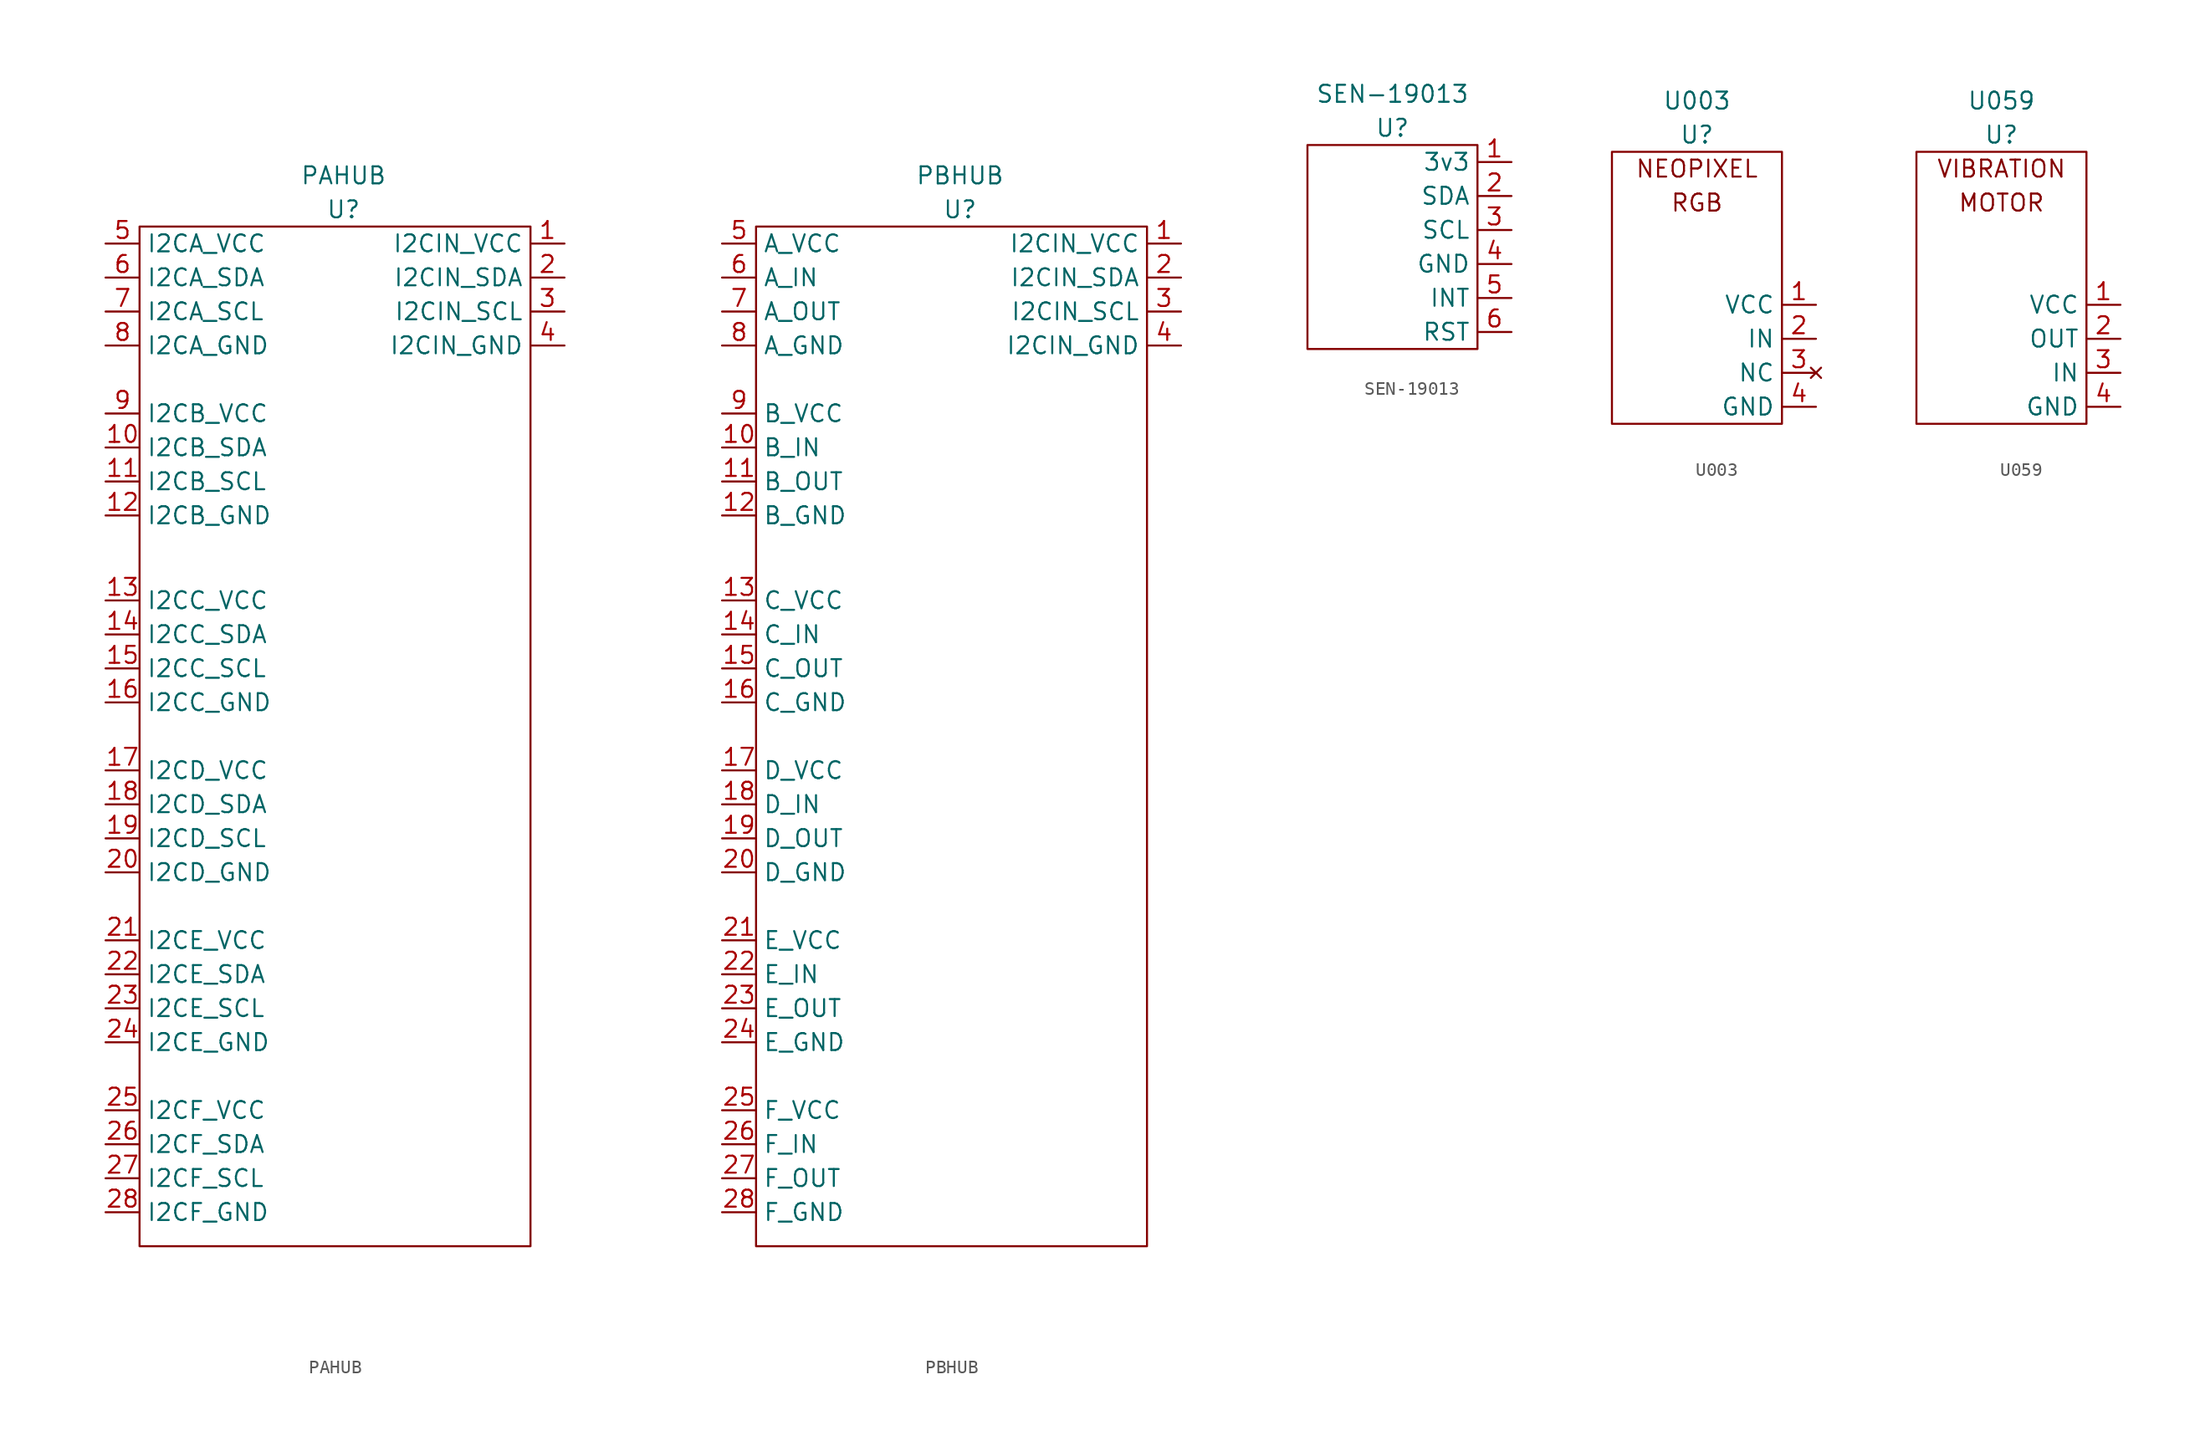
<source format=kicad_sym>
(kicad_symbol_lib
  (version 20211014)
  (generator kicad_symbol_editor)
  (symbol "PAHUB"
    (property "Reference" "U"
      (at 0 0 0)
      (effects (font (size 1.27 1.27))))
    (property "Value" "PAHUB"
      (at 0 2.54 0)
      (effects (font (size 1.27 1.27))))
    (symbol "PAHUB_0_0"
      (rectangle (start -15.24 -1.27) (end 13.97 -77.47) (stroke (width 0) (type default) (color 0 0 0 0)) (fill (type none))))
    (symbol "PAHUB_1_1"
      (pin input line (at 16.51 -2.54 180) (length 2.54) (name "I2CIN_VCC" (effects (font (size 1.27 1.27)))) (number "1" (effects (font (size 1.27 1.27)))))
      (pin output line (at -17.78 -17.78 0) (length 2.54) (name "I2CB_SDA" (effects (font (size 1.27 1.27)))) (number "10" (effects (font (size 1.27 1.27)))))
      (pin output line (at -17.78 -20.32 0) (length 2.54) (name "I2CB_SCL" (effects (font (size 1.27 1.27)))) (number "11" (effects (font (size 1.27 1.27)))))
      (pin output line (at -17.78 -22.86 0) (length 2.54) (name "I2CB_GND" (effects (font (size 1.27 1.27)))) (number "12" (effects (font (size 1.27 1.27)))))
      (pin output line (at -17.78 -29.21 0) (length 2.54) (name "I2CC_VCC" (effects (font (size 1.27 1.27)))) (number "13" (effects (font (size 1.27 1.27)))))
      (pin output line (at -17.78 -31.75 0) (length 2.54) (name "I2CC_SDA" (effects (font (size 1.27 1.27)))) (number "14" (effects (font (size 1.27 1.27)))))
      (pin output line (at -17.78 -34.29 0) (length 2.54) (name "I2CC_SCL" (effects (font (size 1.27 1.27)))) (number "15" (effects (font (size 1.27 1.27)))))
      (pin output line (at -17.78 -36.83 0) (length 2.54) (name "I2CC_GND" (effects (font (size 1.27 1.27)))) (number "16" (effects (font (size 1.27 1.27)))))
      (pin output line (at -17.78 -41.91 0) (length 2.54) (name "I2CD_VCC" (effects (font (size 1.27 1.27)))) (number "17" (effects (font (size 1.27 1.27)))))
      (pin output line (at -17.78 -44.45 0) (length 2.54) (name "I2CD_SDA" (effects (font (size 1.27 1.27)))) (number "18" (effects (font (size 1.27 1.27)))))
      (pin output line (at -17.78 -46.99 0) (length 2.54) (name "I2CD_SCL" (effects (font (size 1.27 1.27)))) (number "19" (effects (font (size 1.27 1.27)))))
      (pin input line (at 16.51 -5.08 180) (length 2.54) (name "I2CIN_SDA" (effects (font (size 1.27 1.27)))) (number "2" (effects (font (size 1.27 1.27)))))
      (pin output line (at -17.78 -49.53 0) (length 2.54) (name "I2CD_GND" (effects (font (size 1.27 1.27)))) (number "20" (effects (font (size 1.27 1.27)))))
      (pin output line (at -17.78 -54.61 0) (length 2.54) (name "I2CE_VCC" (effects (font (size 1.27 1.27)))) (number "21" (effects (font (size 1.27 1.27)))))
      (pin output line (at -17.78 -57.15 0) (length 2.54) (name "I2CE_SDA" (effects (font (size 1.27 1.27)))) (number "22" (effects (font (size 1.27 1.27)))))
      (pin output line (at -17.78 -59.69 0) (length 2.54) (name "I2CE_SCL" (effects (font (size 1.27 1.27)))) (number "23" (effects (font (size 1.27 1.27)))))
      (pin output line (at -17.78 -62.23 0) (length 2.54) (name "I2CE_GND" (effects (font (size 1.27 1.27)))) (number "24" (effects (font (size 1.27 1.27)))))
      (pin output line (at -17.78 -67.31 0) (length 2.54) (name "I2CF_VCC" (effects (font (size 1.27 1.27)))) (number "25" (effects (font (size 1.27 1.27)))))
      (pin output line (at -17.78 -69.85 0) (length 2.54) (name "I2CF_SDA" (effects (font (size 1.27 1.27)))) (number "26" (effects (font (size 1.27 1.27)))))
      (pin output line (at -17.78 -72.39 0) (length 2.54) (name "I2CF_SCL" (effects (font (size 1.27 1.27)))) (number "27" (effects (font (size 1.27 1.27)))))
      (pin output line (at -17.78 -74.93 0) (length 2.54) (name "I2CF_GND" (effects (font (size 1.27 1.27)))) (number "28" (effects (font (size 1.27 1.27)))))
      (pin input line (at 16.51 -7.62 180) (length 2.54) (name "I2CIN_SCL" (effects (font (size 1.27 1.27)))) (number "3" (effects (font (size 1.27 1.27)))))
      (pin input line (at 16.51 -10.16 180) (length 2.54) (name "I2CIN_GND" (effects (font (size 1.27 1.27)))) (number "4" (effects (font (size 1.27 1.27)))))
      (pin output line (at -17.78 -2.54 0) (length 2.54) (name "I2CA_VCC" (effects (font (size 1.27 1.27)))) (number "5" (effects (font (size 1.27 1.27)))))
      (pin output line (at -17.78 -5.08 0) (length 2.54) (name "I2CA_SDA" (effects (font (size 1.27 1.27)))) (number "6" (effects (font (size 1.27 1.27)))))
      (pin output line (at -17.78 -7.62 0) (length 2.54) (name "I2CA_SCL" (effects (font (size 1.27 1.27)))) (number "7" (effects (font (size 1.27 1.27)))))
      (pin output line (at -17.78 -10.16 0) (length 2.54) (name "I2CA_GND" (effects (font (size 1.27 1.27)))) (number "8" (effects (font (size 1.27 1.27)))))
      (pin output line (at -17.78 -15.24 0) (length 2.54) (name "I2CB_VCC" (effects (font (size 1.27 1.27)))) (number "9" (effects (font (size 1.27 1.27)))))))
  (symbol "PBHUB"
    (property "Reference" "U"
      (at 0 0 0)
      (effects (font (size 1.27 1.27))))
    (property "Value" "PBHUB"
      (at 0 2.54 0)
      (effects (font (size 1.27 1.27))))
    (symbol "PBHUB_0_0"
      (rectangle (start -15.24 -1.27) (end 13.97 -77.47) (stroke (width 0) (type default) (color 0 0 0 0)) (fill (type none))))
    (symbol "PBHUB_1_1"
      (pin input line (at 16.51 -2.54 180) (length 2.54) (name "I2CIN_VCC" (effects (font (size 1.27 1.27)))) (number "1" (effects (font (size 1.27 1.27)))))
      (pin output line (at -17.78 -17.78 0) (length 2.54) (name "B_IN" (effects (font (size 1.27 1.27)))) (number "10" (effects (font (size 1.27 1.27)))))
      (pin output line (at -17.78 -20.32 0) (length 2.54) (name "B_OUT" (effects (font (size 1.27 1.27)))) (number "11" (effects (font (size 1.27 1.27)))))
      (pin output line (at -17.78 -22.86 0) (length 2.54) (name "B_GND" (effects (font (size 1.27 1.27)))) (number "12" (effects (font (size 1.27 1.27)))))
      (pin output line (at -17.78 -29.21 0) (length 2.54) (name "C_VCC" (effects (font (size 1.27 1.27)))) (number "13" (effects (font (size 1.27 1.27)))))
      (pin output line (at -17.78 -31.75 0) (length 2.54) (name "C_IN" (effects (font (size 1.27 1.27)))) (number "14" (effects (font (size 1.27 1.27)))))
      (pin output line (at -17.78 -34.29 0) (length 2.54) (name "C_OUT" (effects (font (size 1.27 1.27)))) (number "15" (effects (font (size 1.27 1.27)))))
      (pin output line (at -17.78 -36.83 0) (length 2.54) (name "C_GND" (effects (font (size 1.27 1.27)))) (number "16" (effects (font (size 1.27 1.27)))))
      (pin output line (at -17.78 -41.91 0) (length 2.54) (name "D_VCC" (effects (font (size 1.27 1.27)))) (number "17" (effects (font (size 1.27 1.27)))))
      (pin output line (at -17.78 -44.45 0) (length 2.54) (name "D_IN" (effects (font (size 1.27 1.27)))) (number "18" (effects (font (size 1.27 1.27)))))
      (pin output line (at -17.78 -46.99 0) (length 2.54) (name "D_OUT" (effects (font (size 1.27 1.27)))) (number "19" (effects (font (size 1.27 1.27)))))
      (pin input line (at 16.51 -5.08 180) (length 2.54) (name "I2CIN_SDA" (effects (font (size 1.27 1.27)))) (number "2" (effects (font (size 1.27 1.27)))))
      (pin output line (at -17.78 -49.53 0) (length 2.54) (name "D_GND" (effects (font (size 1.27 1.27)))) (number "20" (effects (font (size 1.27 1.27)))))
      (pin output line (at -17.78 -54.61 0) (length 2.54) (name "E_VCC" (effects (font (size 1.27 1.27)))) (number "21" (effects (font (size 1.27 1.27)))))
      (pin output line (at -17.78 -57.15 0) (length 2.54) (name "E_IN" (effects (font (size 1.27 1.27)))) (number "22" (effects (font (size 1.27 1.27)))))
      (pin output line (at -17.78 -59.69 0) (length 2.54) (name "E_OUT" (effects (font (size 1.27 1.27)))) (number "23" (effects (font (size 1.27 1.27)))))
      (pin output line (at -17.78 -62.23 0) (length 2.54) (name "E_GND" (effects (font (size 1.27 1.27)))) (number "24" (effects (font (size 1.27 1.27)))))
      (pin output line (at -17.78 -67.31 0) (length 2.54) (name "F_VCC" (effects (font (size 1.27 1.27)))) (number "25" (effects (font (size 1.27 1.27)))))
      (pin output line (at -17.78 -69.85 0) (length 2.54) (name "F_IN" (effects (font (size 1.27 1.27)))) (number "26" (effects (font (size 1.27 1.27)))))
      (pin output line (at -17.78 -72.39 0) (length 2.54) (name "F_OUT" (effects (font (size 1.27 1.27)))) (number "27" (effects (font (size 1.27 1.27)))))
      (pin output line (at -17.78 -74.93 0) (length 2.54) (name "F_GND" (effects (font (size 1.27 1.27)))) (number "28" (effects (font (size 1.27 1.27)))))
      (pin input line (at 16.51 -7.62 180) (length 2.54) (name "I2CIN_SCL" (effects (font (size 1.27 1.27)))) (number "3" (effects (font (size 1.27 1.27)))))
      (pin input line (at 16.51 -10.16 180) (length 2.54) (name "I2CIN_GND" (effects (font (size 1.27 1.27)))) (number "4" (effects (font (size 1.27 1.27)))))
      (pin output line (at -17.78 -2.54 0) (length 2.54) (name "A_VCC" (effects (font (size 1.27 1.27)))) (number "5" (effects (font (size 1.27 1.27)))))
      (pin output line (at -17.78 -5.08 0) (length 2.54) (name "A_IN" (effects (font (size 1.27 1.27)))) (number "6" (effects (font (size 1.27 1.27)))))
      (pin output line (at -17.78 -7.62 0) (length 2.54) (name "A_OUT" (effects (font (size 1.27 1.27)))) (number "7" (effects (font (size 1.27 1.27)))))
      (pin output line (at -17.78 -10.16 0) (length 2.54) (name "A_GND" (effects (font (size 1.27 1.27)))) (number "8" (effects (font (size 1.27 1.27)))))
      (pin output line (at -17.78 -15.24 0) (length 2.54) (name "B_VCC" (effects (font (size 1.27 1.27)))) (number "9" (effects (font (size 1.27 1.27)))))))
  (symbol "SEN-19013"
    (property "Reference" "U"
      (at 0 0 0)
      (effects (font (size 1.27 1.27))))
    (property "Value" "SEN-19013"
      (at 0 2.54 0)
      (effects (font (size 1.27 1.27))))
    (symbol "SEN-19013_0_0"
      (rectangle (start -6.35 -1.27) (end 6.35 -16.51) (stroke (width 0) (type default) (color 0 0 0 0)) (fill (type none))))
    (symbol "SEN-19013_1_1"
      (pin power_in line (at 8.89 -2.54 180) (length 2.54) (name "3v3" (effects (font (size 1.27 1.27)))) (number "1" (effects (font (size 1.27 1.27)))))
      (pin bidirectional line (at 8.89 -5.08 180) (length 2.54) (name "SDA" (effects (font (size 1.27 1.27)))) (number "2" (effects (font (size 1.27 1.27)))))
      (pin bidirectional line (at 8.89 -7.62 180) (length 2.54) (name "SCL" (effects (font (size 1.27 1.27)))) (number "3" (effects (font (size 1.27 1.27)))))
      (pin power_in line (at 8.89 -10.16 180) (length 2.54) (name "GND" (effects (font (size 1.27 1.27)))) (number "4" (effects (font (size 1.27 1.27)))))
      (pin input line (at 8.89 -12.7 180) (length 2.54) (name "INT" (effects (font (size 1.27 1.27)))) (number "5" (effects (font (size 1.27 1.27)))))
      (pin input line (at 8.89 -15.24 180) (length 2.54) (name "RST" (effects (font (size 1.27 1.27)))) (number "6" (effects (font (size 1.27 1.27)))))))
  (symbol "U003"
    (property "Reference" "U"
      (at 0 0 0)
      (effects (font (size 1.27 1.27))))
    (property "Value" "U003"
      (at 0 2.54 0)
      (effects (font (size 1.27 1.27))))
    (symbol "U003_0_0"
      (rectangle (start -6.35 -1.27) (end 6.35 -21.59) (stroke (width 0) (type default) (color 0 0 0 0)) (fill (type none)))
      (text "NEOPIXEL" (at 0 -2.54 0) (effects (font (size 1.27 1.27))))
      (text "RGB" (at 0 -5.08 0) (effects (font (size 1.27 1.27)))))
    (symbol "U003_1_1"
      (pin input line (at 8.89 -12.7 180) (length 2.54) (name "VCC" (effects (font (size 1.27 1.27)))) (number "1" (effects (font (size 1.27 1.27)))))
      (pin input line (at 8.89 -15.24 180) (length 2.54) (name "IN" (effects (font (size 1.27 1.27)))) (number "2" (effects (font (size 1.27 1.27)))))
      (pin no_connect line (at 8.89 -17.78 180) (length 2.54) (name "NC" (effects (font (size 1.27 1.27)))) (number "3" (effects (font (size 1.27 1.27)))))
      (pin input line (at 8.89 -20.32 180) (length 2.54) (name "GND" (effects (font (size 1.27 1.27)))) (number "4" (effects (font (size 1.27 1.27)))))))
  (symbol "U059"
    (property "Reference" "U"
      (at 0 0 0)
      (effects (font (size 1.27 1.27))))
    (property "Value" "U059"
      (at 0 2.54 0)
      (effects (font (size 1.27 1.27))))
    (symbol "U059_0_0"
      (rectangle (start -6.35 -1.27) (end 6.35 -21.59) (stroke (width 0) (type default) (color 0 0 0 0)) (fill (type none)))
      (text "MOTOR" (at 0 -5.08 0) (effects (font (size 1.27 1.27))))
      (text "VIBRATION" (at 0 -2.54 0) (effects (font (size 1.27 1.27)))))
    (symbol "U059_1_1"
      (pin input line (at 8.89 -12.7 180) (length 2.54) (name "VCC" (effects (font (size 1.27 1.27)))) (number "1" (effects (font (size 1.27 1.27)))))
      (pin input line (at 8.89 -15.24 180) (length 2.54) (name "OUT" (effects (font (size 1.27 1.27)))) (number "2" (effects (font (size 1.27 1.27)))))
      (pin input line (at 8.89 -17.78 180) (length 2.54) (name "IN" (effects (font (size 1.27 1.27)))) (number "3" (effects (font (size 1.27 1.27)))))
      (pin input line (at 8.89 -20.32 180) (length 2.54) (name "GND" (effects (font (size 1.27 1.27)))) (number "4" (effects (font (size 1.27 1.27))))))))
</source>
